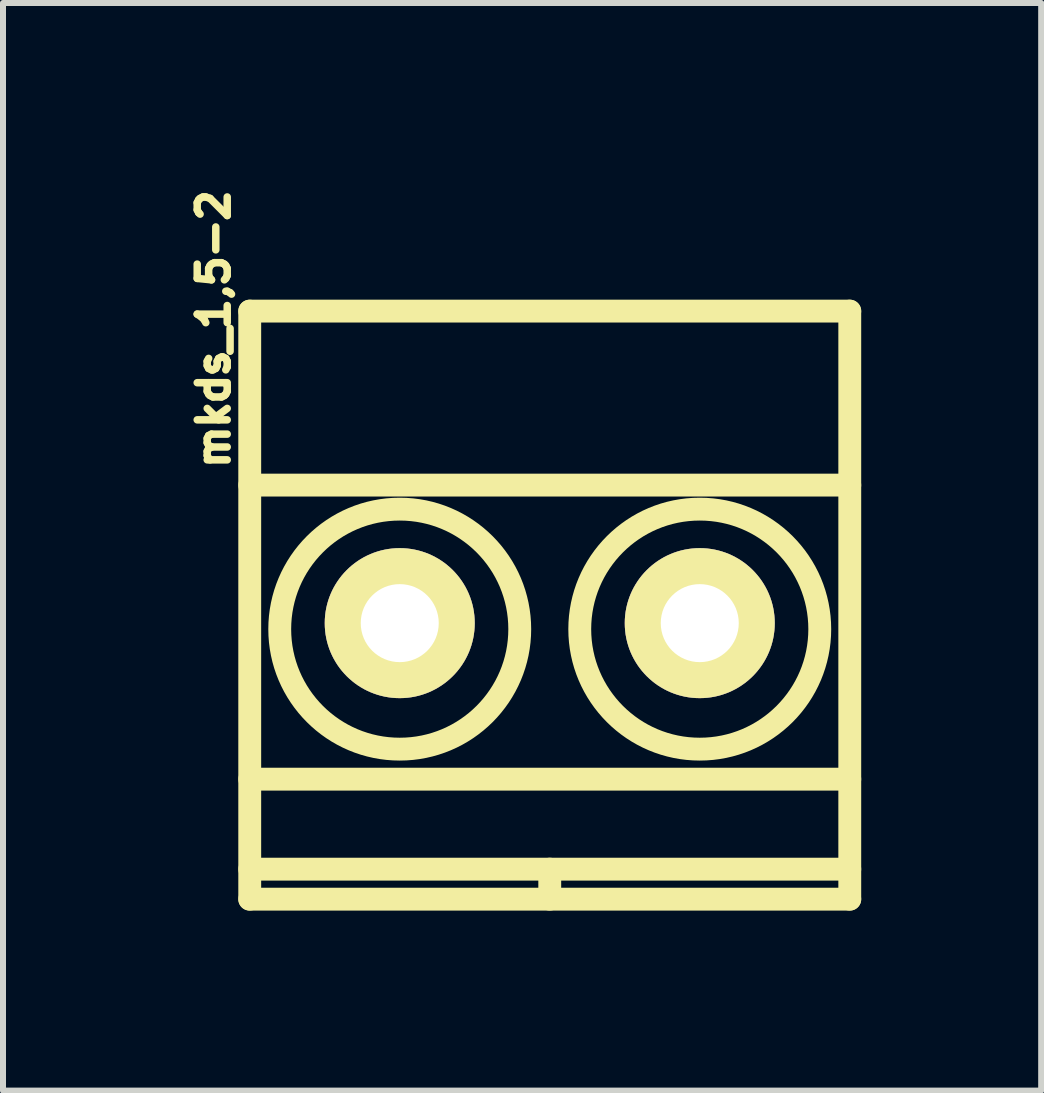
<source format=kicad_pcb>
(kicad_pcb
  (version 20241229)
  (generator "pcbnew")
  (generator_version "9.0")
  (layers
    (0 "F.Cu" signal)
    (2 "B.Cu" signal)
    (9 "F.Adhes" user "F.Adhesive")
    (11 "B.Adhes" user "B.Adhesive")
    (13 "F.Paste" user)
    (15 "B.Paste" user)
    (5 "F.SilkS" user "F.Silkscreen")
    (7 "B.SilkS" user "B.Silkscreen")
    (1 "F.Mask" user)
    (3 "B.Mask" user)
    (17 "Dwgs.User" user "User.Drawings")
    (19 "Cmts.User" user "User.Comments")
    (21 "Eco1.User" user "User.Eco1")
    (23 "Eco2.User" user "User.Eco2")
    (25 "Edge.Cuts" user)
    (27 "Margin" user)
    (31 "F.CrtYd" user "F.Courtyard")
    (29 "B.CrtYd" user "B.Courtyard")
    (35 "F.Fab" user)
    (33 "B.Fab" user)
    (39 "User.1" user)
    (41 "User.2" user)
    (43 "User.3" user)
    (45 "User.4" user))
  (footprint "mkds_1,5-2"
    (layer "F.Cu")
    (at 6.112 7.335)
    (property "Reference" "mkds_1,5-2" (at -5.6 -4.9 90) (layer "F.SilkS") (effects (font (size 0.5 0.5) (thickness 0.125))))
    (attr through_hole)
    (fp_line (start -5 -5.2) (end -5 4.6) (stroke (width 0.381) (type solid)) (layer "F.SilkS"))
    (fp_line (start -5 -2.3) (end 5 -2.3) (stroke (width 0.381) (type solid)) (layer "F.SilkS"))
    (fp_line (start -5 2.6) (end 5 2.6) (stroke (width 0.381) (type solid)) (layer "F.SilkS"))
    (fp_line (start -5 4.1) (end 5 4.1) (stroke (width 0.381) (type solid)) (layer "F.SilkS"))
    (fp_line (start -5 4.6) (end 5 4.6) (stroke (width 0.381) (type solid)) (layer "F.SilkS"))
    (fp_line (start 0 4.1) (end 0 4.6) (stroke (width 0.381) (type solid)) (layer "F.SilkS"))
    (fp_line (start 5 -5.2) (end -5 -5.2) (stroke (width 0.381) (type solid)) (layer "F.SilkS"))
    (fp_line (start 5 4.6) (end 5 -5.2) (stroke (width 0.381) (type solid)) (layer "F.SilkS"))
    (fp_circle (center -2.5 0.1) (end -0.5 0.1) (stroke (width 0.381) (type solid)) (fill no) (layer "F.SilkS"))
    (fp_circle (center 2.5 0.1) (end 0.5 0.1) (stroke (width 0.381) (type solid)) (fill no) (layer "F.SilkS"))
    (pad "1" thru_hole circle (at -2.5 0) (size 2.5 2.5) (drill 1.3) (layers "*.Cu" "*.Mask" "F.SilkS"))
    (pad "2" thru_hole circle (at 2.5 0) (size 2.5 2.5) (drill 1.3) (layers "*.Cu" "*.Mask" "F.SilkS")))
  (gr_rect
    (start -3 -3)
    (end 14.302 15.126)
    (stroke (width 0.1) (type default))
    (fill no)
    (layer "Edge.Cuts")))
</source>
